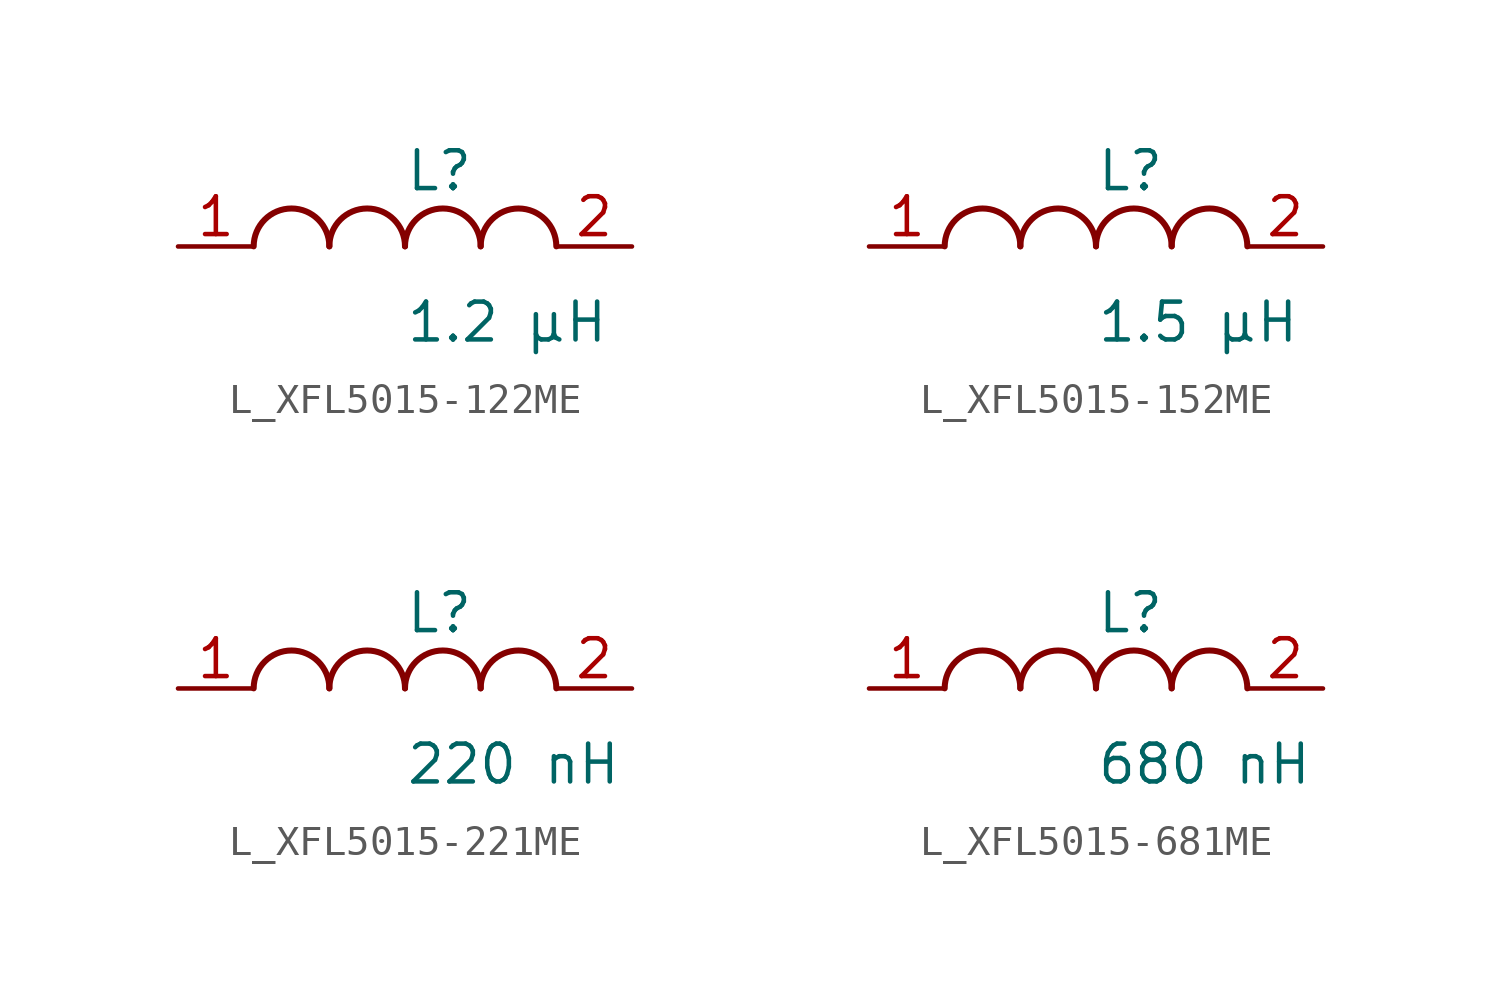
<source format=kicad_sym>
(kicad_symbol_lib
  (version 20231120)
  (generator kicad_symbol_editor)
  (generator_version 8.0)
  (symbol "L_XFL5015-122ME"
    (pin_names
      (offset 0.254))
    (property "Reference" "L"
      (at 0 2.54 0)
      (effects (font (size 1.27 1.27)) (justify left)))
    (property "Value" "1.2 µH"
      (at 0 -2.54 0)
      (effects (font (size 1.27 1.27)) (justify left)))
    (symbol "L_XFL5015-122ME_1_1"
      (arc (start -2.54 0.0056) (mid -3.81 1.27) (end -5.08 0.0056) (stroke (width 0.2032) (type default)) (fill (type none)))
      (arc (start 0 0.0056) (mid -1.27 1.27) (end -2.54 0.0056) (stroke (width 0.2032) (type default)) (fill (type none)))
      (arc (start 2.54 0.0056) (mid 1.27 1.27) (end 0 0.0056) (stroke (width 0.2032) (type default)) (fill (type none)))
      (arc (start 5.08 0.0056) (mid 3.81 1.27) (end 2.54 0.0056) (stroke (width 0.2032) (type default)) (fill (type none)))
      (pin passive line (at -7.62 0 0) (length 2.54) (name "" (effects (font (size 1.27 1.27)))) (number "1" (effects (font (size 1.27 1.27)))))
      (pin passive line (at 7.62 0 180) (length 2.54) (name "" (effects (font (size 1.27 1.27)))) (number "2" (effects (font (size 1.27 1.27)))))))
  (symbol "L_XFL5015-152ME"
    (pin_names
      (offset 0.254))
    (property "Reference" "L"
      (at 0 2.54 0)
      (effects (font (size 1.27 1.27)) (justify left)))
    (property "Value" "1.5 µH"
      (at 0 -2.54 0)
      (effects (font (size 1.27 1.27)) (justify left)))
    (symbol "L_XFL5015-152ME_1_1"
      (arc (start -2.54 0.0056) (mid -3.81 1.27) (end -5.08 0.0056) (stroke (width 0.2032) (type default)) (fill (type none)))
      (arc (start 0 0.0056) (mid -1.27 1.27) (end -2.54 0.0056) (stroke (width 0.2032) (type default)) (fill (type none)))
      (arc (start 2.54 0.0056) (mid 1.27 1.27) (end 0 0.0056) (stroke (width 0.2032) (type default)) (fill (type none)))
      (arc (start 5.08 0.0056) (mid 3.81 1.27) (end 2.54 0.0056) (stroke (width 0.2032) (type default)) (fill (type none)))
      (pin passive line (at -7.62 0 0) (length 2.54) (name "" (effects (font (size 1.27 1.27)))) (number "1" (effects (font (size 1.27 1.27)))))
      (pin passive line (at 7.62 0 180) (length 2.54) (name "" (effects (font (size 1.27 1.27)))) (number "2" (effects (font (size 1.27 1.27)))))))
  (symbol "L_XFL5015-221ME"
    (pin_names
      (offset 0.254))
    (property "Reference" "L"
      (at 0 2.54 0)
      (effects (font (size 1.27 1.27)) (justify left)))
    (property "Value" "220 nH"
      (at 0 -2.54 0)
      (effects (font (size 1.27 1.27)) (justify left)))
    (symbol "L_XFL5015-221ME_1_1"
      (arc (start -2.54 0.0056) (mid -3.81 1.27) (end -5.08 0.0056) (stroke (width 0.2032) (type default)) (fill (type none)))
      (arc (start 0 0.0056) (mid -1.27 1.27) (end -2.54 0.0056) (stroke (width 0.2032) (type default)) (fill (type none)))
      (arc (start 2.54 0.0056) (mid 1.27 1.27) (end 0 0.0056) (stroke (width 0.2032) (type default)) (fill (type none)))
      (arc (start 5.08 0.0056) (mid 3.81 1.27) (end 2.54 0.0056) (stroke (width 0.2032) (type default)) (fill (type none)))
      (pin passive line (at -7.62 0 0) (length 2.54) (name "" (effects (font (size 1.27 1.27)))) (number "1" (effects (font (size 1.27 1.27)))))
      (pin passive line (at 7.62 0 180) (length 2.54) (name "" (effects (font (size 1.27 1.27)))) (number "2" (effects (font (size 1.27 1.27)))))))
  (symbol "L_XFL5015-681ME"
    (pin_names
      (offset 0.254))
    (property "Reference" "L"
      (at 0 2.54 0)
      (effects (font (size 1.27 1.27)) (justify left)))
    (property "Value" "680 nH"
      (at 0 -2.54 0)
      (effects (font (size 1.27 1.27)) (justify left)))
    (symbol "L_XFL5015-681ME_1_1"
      (arc (start -2.54 0.0056) (mid -3.81 1.27) (end -5.08 0.0056) (stroke (width 0.2032) (type default)) (fill (type none)))
      (arc (start 0 0.0056) (mid -1.27 1.27) (end -2.54 0.0056) (stroke (width 0.2032) (type default)) (fill (type none)))
      (arc (start 2.54 0.0056) (mid 1.27 1.27) (end 0 0.0056) (stroke (width 0.2032) (type default)) (fill (type none)))
      (arc (start 5.08 0.0056) (mid 3.81 1.27) (end 2.54 0.0056) (stroke (width 0.2032) (type default)) (fill (type none)))
      (pin passive line (at -7.62 0 0) (length 2.54) (name "" (effects (font (size 1.27 1.27)))) (number "1" (effects (font (size 1.27 1.27)))))
      (pin passive line (at 7.62 0 180) (length 2.54) (name "" (effects (font (size 1.27 1.27)))) (number "2" (effects (font (size 1.27 1.27))))))))
</source>
